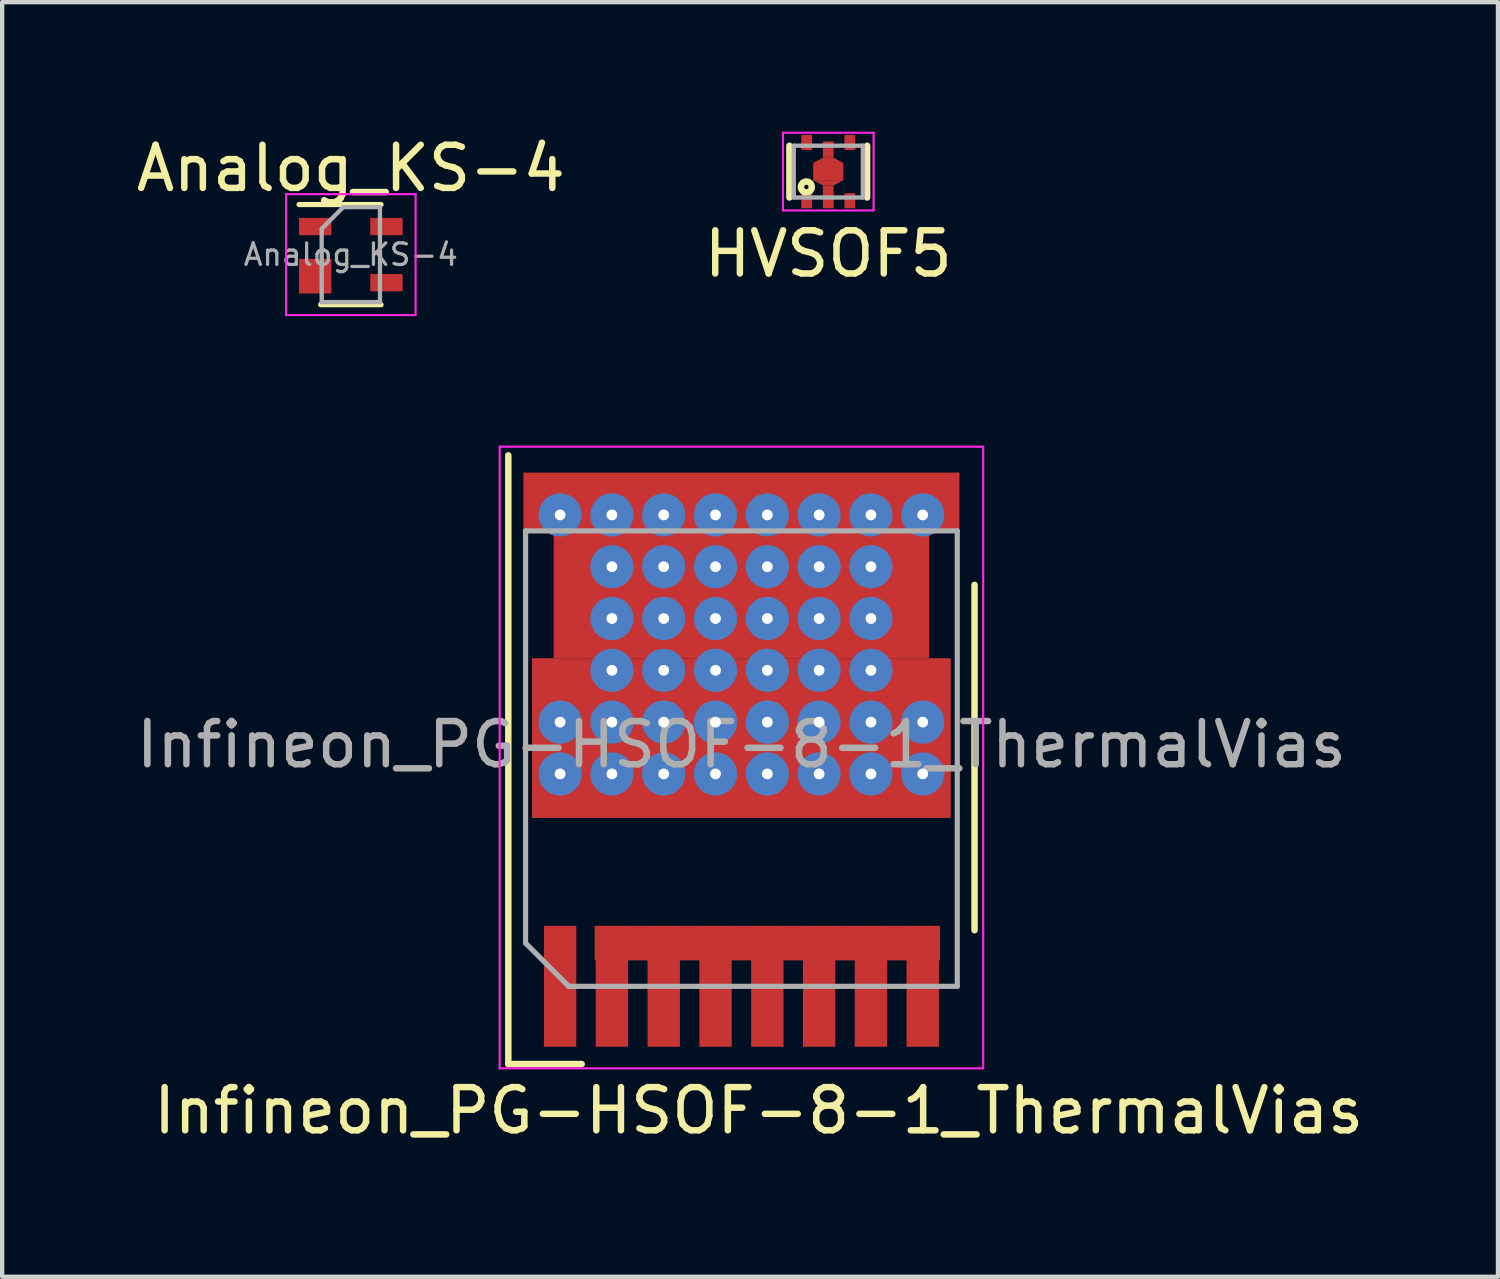
<source format=kicad_pcb>
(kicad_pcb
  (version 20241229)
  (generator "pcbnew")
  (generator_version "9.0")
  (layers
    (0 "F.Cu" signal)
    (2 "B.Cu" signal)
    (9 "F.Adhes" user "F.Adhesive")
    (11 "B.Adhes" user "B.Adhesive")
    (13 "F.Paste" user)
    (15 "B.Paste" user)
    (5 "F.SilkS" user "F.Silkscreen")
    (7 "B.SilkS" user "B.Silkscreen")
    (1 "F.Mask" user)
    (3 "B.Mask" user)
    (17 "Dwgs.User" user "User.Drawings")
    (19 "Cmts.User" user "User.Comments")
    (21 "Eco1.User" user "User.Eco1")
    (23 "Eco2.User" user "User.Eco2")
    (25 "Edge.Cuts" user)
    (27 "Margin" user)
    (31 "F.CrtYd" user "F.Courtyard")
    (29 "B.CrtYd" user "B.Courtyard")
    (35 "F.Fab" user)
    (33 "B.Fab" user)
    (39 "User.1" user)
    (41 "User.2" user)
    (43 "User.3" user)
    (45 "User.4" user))
  (footprint "HVSOF5"
    (layer "F.Cu")
    (at 16.137 0.925)
    (property "Reference" "HVSOF5" (at 0 1.905 0) (layer "F.SilkS") (effects (font (size 1 1) (thickness 0.15))))
    (attr smd)
    (fp_line (start -0.9 0.6) (end -0.9 -0.6) (stroke (width 0.15) (type solid)) (layer "F.SilkS"))
    (fp_line (start 0.9 0.6) (end 0.9 -0.6) (stroke (width 0.15) (type solid)) (layer "F.SilkS"))
    (fp_circle (center -0.508 0.356) (end -0.457 0.356) (stroke (width 0.15) (type solid)) (fill no) (layer "F.SilkS"))
    (fp_line (start -1.05 -0.9) (end -1.05 0.9) (stroke (width 0.05) (type solid)) (layer "F.CrtYd"))
    (fp_line (start -1.05 0.9) (end 1.05 0.9) (stroke (width 0.05) (type solid)) (layer "F.CrtYd"))
    (fp_line (start 1.05 -0.9) (end -1.05 -0.9) (stroke (width 0.05) (type solid)) (layer "F.CrtYd"))
    (fp_line (start 1.05 0.9) (end 1.05 -0.9) (stroke (width 0.05) (type solid)) (layer "F.CrtYd"))
    (fp_line (start -0.8 -0.6) (end -0.8 0.6) (stroke (width 0.1) (type solid)) (layer "F.Fab"))
    (fp_line (start -0.8 -0.6) (end 0.8 -0.6) (stroke (width 0.1) (type solid)) (layer "F.Fab"))
    (fp_line (start -0.8 0.6) (end 0.8 0.6) (stroke (width 0.1) (type solid)) (layer "F.Fab"))
    (fp_line (start 0.8 -0.6) (end 0.8 0.6) (stroke (width 0.1) (type solid)) (layer "F.Fab"))
    (pad "1" smd rect (at -0.5 0.675) (size 0.25 0.35) (layers "F.Cu" "F.Mask" "F.Paste"))
    (pad "2" smd rect (at 0 -0.51) (size 0.25 0.38) (layers "F.Cu" "F.Mask" "F.Paste"))
    (pad "2" smd trapezoid (at 0 -0.26) (size 0.475 0.12) (rect_delta 0 0.225) (layers "F.Cu" "F.Mask" "F.Paste"))
    (pad "2" smd rect (at 0 0) (size 0.7 0.4) (layers "F.Cu" "F.Mask" "F.Paste"))
    (pad "2" smd trapezoid (at 0 0.26) (size 0.475 0.12) (rect_delta 0 -0.225) (layers "F.Cu" "F.Mask" "F.Paste"))
    (pad "2" smd rect (at 0 0.585) (size 0.25 0.53) (layers "F.Cu" "F.Mask" "F.Paste"))
    (pad "3" smd rect (at 0.5 0.675) (size 0.25 0.35) (layers "F.Cu" "F.Mask" "F.Paste"))
    (pad "4" smd rect (at 0.5 -0.675) (size 0.25 0.35) (layers "F.Cu" "F.Mask" "F.Paste"))
    (pad "5" smd rect (at -0.5 -0.675) (size 0.25 0.35) (layers "F.Cu" "F.Mask" "F.Paste")))
  (footprint "Infineon_PG-HSOF-8-1_ThermalVias"
    (layer "F.Cu")
    (at 14.125 14.198)
    (property "Reference" "Infineon_PG-HSOF-8-1_ThermalVias" (at 0.4 8.48 0) (layer "F.SilkS") (effects (font (size 1 1) (thickness 0.15))))
    (attr smd)
    (fp_line (start -5.4 -6.7) (end -5.4 7.4) (stroke (width 0.15) (type solid)) (layer "F.SilkS"))
    (fp_line (start -5.4 7.4) (end -3.7 7.4) (stroke (width 0.15) (type solid)) (layer "F.SilkS"))
    (fp_line (start 5.4 4.3) (end 5.4 -3.7) (stroke (width 0.15) (type solid)) (layer "F.SilkS"))
    (fp_line (start -5.6 -6.9) (end -5.6 7.5) (stroke (width 0.05) (type solid)) (layer "F.CrtYd"))
    (fp_line (start -5.6 -6.9) (end 5.6 -6.9) (stroke (width 0.05) (type solid)) (layer "F.CrtYd"))
    (fp_line (start 5.6 7.5) (end -5.6 7.5) (stroke (width 0.05) (type solid)) (layer "F.CrtYd"))
    (fp_line (start 5.6 7.5) (end 5.6 -6.9) (stroke (width 0.05) (type solid)) (layer "F.CrtYd"))
    (fp_line (start -5 -4.95) (end 5 -4.95) (stroke (width 0.12) (type solid)) (layer "F.Fab"))
    (fp_line (start -5 4.6) (end -5 -4.95) (stroke (width 0.12) (type solid)) (layer "F.Fab"))
    (fp_line (start -5 4.6) (end -4 5.6) (stroke (width 0.12) (type solid)) (layer "F.Fab"))
    (fp_line (start -4 5.6) (end -4 5.6) (stroke (width 0.12) (type solid)) (layer "F.Fab"))
    (fp_line (start 5 -4.95) (end 5 5.6) (stroke (width 0.12) (type solid)) (layer "F.Fab"))
    (fp_line (start 5 5.6) (end -4 5.6) (stroke (width 0.12) (type solid)) (layer "F.Fab"))
    (fp_text user "${REFERENCE}" (at 0 0 0) (layer "F.Fab") (effects (font (size 1 1) (thickness 0.15))))
    (pad "1" smd rect (at -4.2 5.6) (size 0.75 2.8) (layers "F.Cu" "F.Mask" "F.Paste"))
    (pad "2" smd rect (at -3 5.6) (size 0.75 2.8) (layers "F.Cu" "F.Mask" "F.Paste"))
    (pad "2" smd rect (at 0.6 4.6) (size 8 0.8) (layers "F.Cu" "F.Mask"))
    (pad "3" smd rect (at -1.8 5.6) (size 0.75 2.8) (layers "F.Cu" "F.Mask" "F.Paste"))
    (pad "4" smd rect (at -0.6 5.6) (size 0.75 2.8) (layers "F.Cu" "F.Mask" "F.Paste"))
    (pad "5" smd rect (at 0.6 5.6) (size 0.75 2.8) (layers "F.Cu" "F.Mask" "F.Paste"))
    (pad "6" smd rect (at 1.8 5.6) (size 0.75 2.8) (layers "F.Cu" "F.Mask" "F.Paste"))
    (pad "7" smd rect (at 3 5.6) (size 0.75 2.8) (layers "F.Cu" "F.Mask" "F.Paste"))
    (pad "8" smd rect (at 4.2 5.6) (size 0.75 2.8) (layers "F.Cu" "F.Mask" "F.Paste"))
    (pad "9" thru_hole circle (at -4.2 -5.32) (size 1 1) (drill 0.25) (layers "*.Cu" "*.Mask" "F.Paste"))
    (pad "9" thru_hole circle (at -4.2 -0.52) (size 1 1) (drill 0.25) (layers "*.Cu" "*.Mask" "F.Paste"))
    (pad "9" thru_hole circle (at -4.2 0.68) (size 1 1) (drill 0.25) (layers "*.Cu" "*.Mask" "F.Paste"))
    (pad "9" thru_hole circle (at -3 -5.32) (size 1 1) (drill 0.25) (layers "*.Cu" "*.Mask" "F.Paste"))
    (pad "9" thru_hole circle (at -3 -4.12) (size 1 1) (drill 0.25) (layers "*.Cu" "*.Mask" "F.Paste"))
    (pad "9" thru_hole circle (at -3 -2.92) (size 1 1) (drill 0.25) (layers "*.Cu" "*.Mask" "F.Paste"))
    (pad "9" thru_hole circle (at -3 -1.72) (size 1 1) (drill 0.25) (layers "*.Cu" "*.Mask" "F.Paste"))
    (pad "9" thru_hole circle (at -3 -0.52) (size 1 1) (drill 0.25) (layers "*.Cu" "*.Mask" "F.Paste"))
    (pad "9" thru_hole circle (at -3 0.68) (size 1 1) (drill 0.25) (layers "*.Cu" "*.Mask" "F.Paste"))
    (pad "9" thru_hole circle (at -1.8 -5.32) (size 1 1) (drill 0.25) (layers "*.Cu" "*.Mask" "F.Paste"))
    (pad "9" thru_hole circle (at -1.8 -4.12) (size 1 1) (drill 0.25) (layers "*.Cu" "*.Mask" "F.Paste"))
    (pad "9" thru_hole circle (at -1.8 -2.92) (size 1 1) (drill 0.25) (layers "*.Cu" "*.Mask" "F.Paste"))
    (pad "9" thru_hole circle (at -1.8 -1.72) (size 1 1) (drill 0.25) (layers "*.Cu" "*.Mask" "F.Paste"))
    (pad "9" thru_hole circle (at -1.8 -0.52) (size 1 1) (drill 0.25) (layers "*.Cu" "*.Mask" "F.Paste"))
    (pad "9" thru_hole circle (at -1.8 0.68) (size 1 1) (drill 0.25) (layers "*.Cu" "*.Mask" "F.Paste"))
    (pad "9" thru_hole circle (at -0.6 -5.32) (size 1 1) (drill 0.25) (layers "*.Cu" "*.Mask" "F.Paste"))
    (pad "9" thru_hole circle (at -0.6 -4.12) (size 1 1) (drill 0.25) (layers "*.Cu" "*.Mask" "F.Paste"))
    (pad "9" thru_hole circle (at -0.6 -2.92) (size 1 1) (drill 0.25) (layers "*.Cu" "*.Mask" "F.Paste"))
    (pad "9" thru_hole circle (at -0.6 -1.72) (size 1 1) (drill 0.25) (layers "*.Cu" "*.Mask" "F.Paste"))
    (pad "9" thru_hole circle (at -0.6 -0.52) (size 1 1) (drill 0.25) (layers "*.Cu" "*.Mask" "F.Paste"))
    (pad "9" thru_hole circle (at -0.6 0.68) (size 1 1) (drill 0.25) (layers "*.Cu" "*.Mask" "F.Paste"))
    (pad "9" smd rect (at 0 -5.6) (size 10.1 1.4) (layers "F.Cu" "F.Mask"))
    (pad "9" smd rect (at 0 -3.45) (size 8.7 2.9) (layers "F.Cu" "F.Mask"))
    (pad "9" smd rect (at 0 -0.15) (size 9.7 3.7) (layers "F.Cu" "F.Mask"))
    (pad "9" thru_hole circle (at 0.6 -5.32) (size 1 1) (drill 0.25) (layers "*.Cu" "*.Mask" "F.Paste"))
    (pad "9" thru_hole circle (at 0.6 -4.12) (size 1 1) (drill 0.25) (layers "*.Cu" "*.Mask" "F.Paste"))
    (pad "9" thru_hole circle (at 0.6 -2.92) (size 1 1) (drill 0.25) (layers "*.Cu" "*.Mask" "F.Paste"))
    (pad "9" thru_hole circle (at 0.6 -1.72) (size 1 1) (drill 0.25) (layers "*.Cu" "*.Mask" "F.Paste"))
    (pad "9" thru_hole circle (at 0.6 -0.52) (size 1 1) (drill 0.25) (layers "*.Cu" "*.Mask" "F.Paste"))
    (pad "9" thru_hole circle (at 0.6 0.68) (size 1 1) (drill 0.25) (layers "*.Cu" "*.Mask" "F.Paste"))
    (pad "9" thru_hole circle (at 1.8 -5.32) (size 1 1) (drill 0.25) (layers "*.Cu" "*.Mask" "F.Paste"))
    (pad "9" thru_hole circle (at 1.8 -4.12) (size 1 1) (drill 0.25) (layers "*.Cu" "*.Mask" "F.Paste"))
    (pad "9" thru_hole circle (at 1.8 -2.92) (size 1 1) (drill 0.25) (layers "*.Cu" "*.Mask" "F.Paste"))
    (pad "9" thru_hole circle (at 1.8 -1.72) (size 1 1) (drill 0.25) (layers "*.Cu" "*.Mask" "F.Paste"))
    (pad "9" thru_hole circle (at 1.8 -0.52) (size 1 1) (drill 0.25) (layers "*.Cu" "*.Mask" "F.Paste"))
    (pad "9" thru_hole circle (at 1.8 0.68) (size 1 1) (drill 0.25) (layers "*.Cu" "*.Mask" "F.Paste"))
    (pad "9" thru_hole circle (at 3 -5.32) (size 1 1) (drill 0.25) (layers "*.Cu" "*.Mask" "F.Paste"))
    (pad "9" thru_hole circle (at 3 -4.12) (size 1 1) (drill 0.25) (layers "*.Cu" "*.Mask" "F.Paste"))
    (pad "9" thru_hole circle (at 3 -2.92) (size 1 1) (drill 0.25) (layers "*.Cu" "*.Mask" "F.Paste"))
    (pad "9" thru_hole circle (at 3 -1.72) (size 1 1) (drill 0.25) (layers "*.Cu" "*.Mask" "F.Paste"))
    (pad "9" thru_hole circle (at 3 -0.52) (size 1 1) (drill 0.25) (layers "*.Cu" "*.Mask" "F.Paste"))
    (pad "9" thru_hole circle (at 3 0.68) (size 1 1) (drill 0.25) (layers "*.Cu" "*.Mask" "F.Paste"))
    (pad "9" thru_hole circle (at 4.2 -5.32) (size 1 1) (drill 0.25) (layers "*.Cu" "*.Mask" "F.Paste"))
    (pad "9" thru_hole circle (at 4.2 -0.52) (size 1 1) (drill 0.25) (layers "*.Cu" "*.Mask" "F.Paste"))
    (pad "9" thru_hole circle (at 4.2 0.68) (size 1 1) (drill 0.25) (layers "*.Cu" "*.Mask" "F.Paste")))
  (footprint "Analog_KS-4"
    (layer "F.Cu")
    (at 5.077 2.848)
    (property "Reference" "Analog_KS-4" (at 0 -2 0) (layer "F.SilkS") (effects (font (size 1 1) (thickness 0.15))))
    (attr smd)
    (fp_line (start -0.7 1.16) (end 0.7 1.16) (stroke (width 0.12) (type solid)) (layer "F.SilkS"))
    (fp_line (start 0.7 -1.16) (end -1.2 -1.16) (stroke (width 0.12) (type solid)) (layer "F.SilkS"))
    (fp_line (start -1.5 -1.4) (end -1.5 1.4) (stroke (width 0.05) (type solid)) (layer "F.CrtYd"))
    (fp_line (start -1.5 -1.4) (end 1.5 -1.4) (stroke (width 0.05) (type solid)) (layer "F.CrtYd"))
    (fp_line (start -1.5 1.4) (end 1.5 1.4) (stroke (width 0.05) (type solid)) (layer "F.CrtYd"))
    (fp_line (start 1.5 1.4) (end 1.5 -1.4) (stroke (width 0.05) (type solid)) (layer "F.CrtYd"))
    (fp_line (start -0.675 -0.6) (end -0.675 1.1) (stroke (width 0.1) (type solid)) (layer "F.Fab"))
    (fp_line (start -0.175 -1.1) (end -0.675 -0.6) (stroke (width 0.1) (type solid)) (layer "F.Fab"))
    (fp_line (start 0.675 -1.1) (end -0.175 -1.1) (stroke (width 0.1) (type solid)) (layer "F.Fab"))
    (fp_line (start 0.675 -1.1) (end 0.675 1.1) (stroke (width 0.1) (type solid)) (layer "F.Fab"))
    (fp_line (start 0.675 1.1) (end -0.675 1.1) (stroke (width 0.1) (type solid)) (layer "F.Fab"))
    (fp_text user "${REFERENCE}" (at 0 0 0) (layer "F.Fab") (effects (font (size 0.5 0.5) (thickness 0.075))))
    (pad "1" smd rect (at -0.825 -0.65) (size 0.75 0.4) (layers "F.Cu" "F.Mask" "F.Paste"))
    (pad "2" smd rect (at -0.825 0.5) (size 0.75 0.8) (layers "F.Cu" "F.Mask" "F.Paste"))
    (pad "3" smd rect (at 0.825 0.65) (size 0.75 0.4) (layers "F.Cu" "F.Mask" "F.Paste"))
    (pad "4" smd rect (at 0.825 -0.65) (size 0.75 0.4) (layers "F.Cu" "F.Mask" "F.Paste")))
  (gr_rect
    (start -3 -3)
    (end 31.65 26.526)
    (stroke (width 0.1) (type default))
    (fill no)
    (layer "Edge.Cuts")))
</source>
